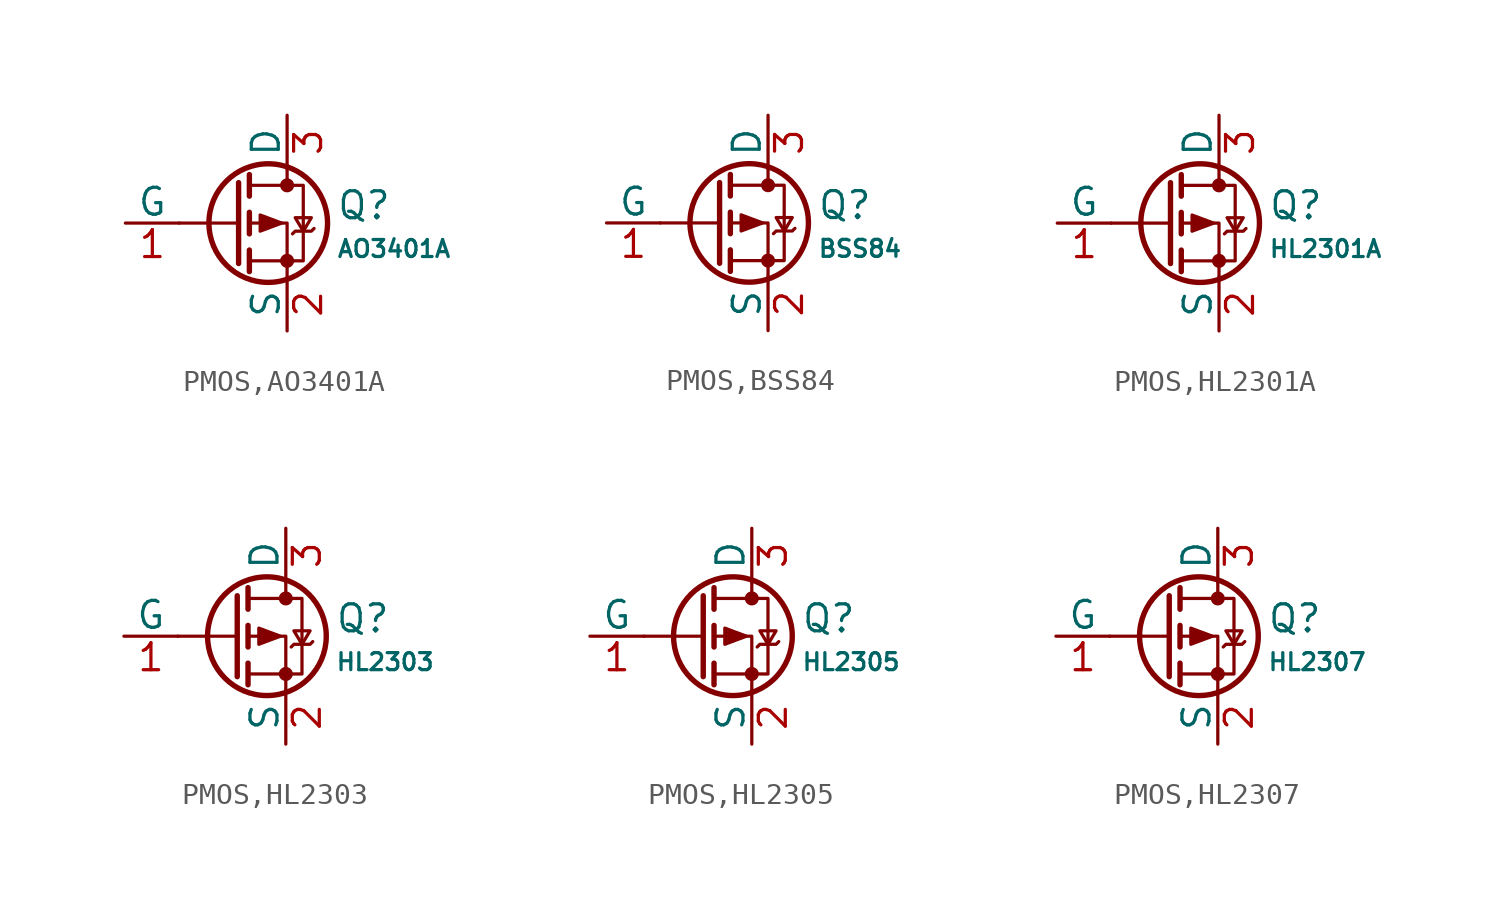
<source format=kicad_sym>
(kicad_symbol_lib
  (version 20231120)
  (generator "CDFER")
  (generator_version "8.0")
  (symbol "PMOS,AO3401A"
    (pin_names
      (offset 0))
    (property "Reference" "Q"
      (at 4.851 0.834 0)
      (effects (font (size 1.27 1.27)) (justify left)))
    (property "Value" "AO3401A"
      (at 4.851 -1.212 0)
      (effects (font (size 0.8 0.8)) (justify left)))
    (symbol "PMOS,AO3401A_0_1"
      (polyline (pts (xy 0.254 0) (xy -2.54 0)) (stroke (width 0) (type default)) (fill (type none)))
      (polyline (pts (xy 0.254 1.905) (xy 0.254 -1.905)) (stroke (width 0.254) (type default)) (fill (type none)))
      (polyline (pts (xy 0.762 -1.27) (xy 0.762 -2.286)) (stroke (width 0.254) (type default)) (fill (type none)))
      (polyline (pts (xy 0.762 0.508) (xy 0.762 -0.508)) (stroke (width 0.254) (type default)) (fill (type none)))
      (polyline (pts (xy 0.762 2.286) (xy 0.762 1.27)) (stroke (width 0.254) (type default)) (fill (type none)))
      (polyline (pts (xy 2.54 2.54) (xy 2.54 1.778)) (stroke (width 0) (type default)) (fill (type none)))
      (polyline (pts (xy 2.54 -2.54) (xy 2.54 0) (xy 0.762 0)) (stroke (width 0) (type default)) (fill (type none)))
      (polyline (pts (xy 0.762 1.778) (xy 3.302 1.778) (xy 3.302 -1.778) (xy 0.762 -1.778)) (stroke (width 0) (type default)) (fill (type none)))
      (polyline (pts (xy 2.286 0) (xy 1.27 0.381) (xy 1.27 -0.381) (xy 2.286 0)) (stroke (width 0) (type default)) (fill (type outline)))
      (polyline (pts (xy 2.794 -0.508) (xy 2.921 -0.381) (xy 3.683 -0.381) (xy 3.81 -0.254)) (stroke (width 0) (type default)) (fill (type none)))
      (polyline (pts (xy 3.302 -0.381) (xy 2.921 0.254) (xy 3.683 0.254) (xy 3.302 -0.381)) (stroke (width 0) (type default)) (fill (type none)))
      (circle (center 1.651 0) (radius 2.794) (stroke (width 0.254) (type default)) (fill (type none)))
      (circle (center 2.54 -1.778) (radius 0.254) (stroke (width 0) (type default)) (fill (type outline)))
      (circle (center 2.54 1.778) (radius 0.254) (stroke (width 0) (type default)) (fill (type outline))))
    (symbol "PMOS,AO3401A_1_1"
      (pin passive line (at 2.54 5.08 270) (length 2.54) (name "D" (effects (font (size 1.27 1.27)))) (number "3" (effects (font (size 1.27 1.27)))))
      (pin input line (at -5.08 0 0) (length 2.54) (name "G" (effects (font (size 1.27 1.27)))) (number "1" (effects (font (size 1.27 1.27)))))
      (pin passive line (at 2.54 -5.08 90) (length 2.54) (name "S" (effects (font (size 1.27 1.27)))) (number "2" (effects (font (size 1.27 1.27)))))))
  (symbol "PMOS,BSS84"
    (pin_names
      (offset 0))
    (property "Reference" "Q"
      (at 4.851 0.834 0)
      (effects (font (size 1.27 1.27)) (justify left)))
    (property "Value" "BSS84"
      (at 4.851 -1.212 0)
      (effects (font (size 0.8 0.8)) (justify left)))
    (symbol "PMOS,BSS84_0_1"
      (polyline (pts (xy 0.254 0) (xy -2.54 0)) (stroke (width 0) (type default)) (fill (type none)))
      (polyline (pts (xy 0.254 1.905) (xy 0.254 -1.905)) (stroke (width 0.254) (type default)) (fill (type none)))
      (polyline (pts (xy 0.762 -1.27) (xy 0.762 -2.286)) (stroke (width 0.254) (type default)) (fill (type none)))
      (polyline (pts (xy 0.762 0.508) (xy 0.762 -0.508)) (stroke (width 0.254) (type default)) (fill (type none)))
      (polyline (pts (xy 0.762 2.286) (xy 0.762 1.27)) (stroke (width 0.254) (type default)) (fill (type none)))
      (polyline (pts (xy 2.54 2.54) (xy 2.54 1.778)) (stroke (width 0) (type default)) (fill (type none)))
      (polyline (pts (xy 2.54 -2.54) (xy 2.54 0) (xy 0.762 0)) (stroke (width 0) (type default)) (fill (type none)))
      (polyline (pts (xy 0.762 1.778) (xy 3.302 1.778) (xy 3.302 -1.778) (xy 0.762 -1.778)) (stroke (width 0) (type default)) (fill (type none)))
      (polyline (pts (xy 2.286 0) (xy 1.27 0.381) (xy 1.27 -0.381) (xy 2.286 0)) (stroke (width 0) (type default)) (fill (type outline)))
      (polyline (pts (xy 2.794 -0.508) (xy 2.921 -0.381) (xy 3.683 -0.381) (xy 3.81 -0.254)) (stroke (width 0) (type default)) (fill (type none)))
      (polyline (pts (xy 3.302 -0.381) (xy 2.921 0.254) (xy 3.683 0.254) (xy 3.302 -0.381)) (stroke (width 0) (type default)) (fill (type none)))
      (circle (center 1.651 0) (radius 2.794) (stroke (width 0.254) (type default)) (fill (type none)))
      (circle (center 2.54 -1.778) (radius 0.254) (stroke (width 0) (type default)) (fill (type outline)))
      (circle (center 2.54 1.778) (radius 0.254) (stroke (width 0) (type default)) (fill (type outline))))
    (symbol "PMOS,BSS84_1_1"
      (pin passive line (at 2.54 5.08 270) (length 2.54) (name "D" (effects (font (size 1.27 1.27)))) (number "3" (effects (font (size 1.27 1.27)))))
      (pin input line (at -5.08 0 0) (length 2.54) (name "G" (effects (font (size 1.27 1.27)))) (number "1" (effects (font (size 1.27 1.27)))))
      (pin passive line (at 2.54 -5.08 90) (length 2.54) (name "S" (effects (font (size 1.27 1.27)))) (number "2" (effects (font (size 1.27 1.27)))))))
  (symbol "PMOS,HL2301A"
    (pin_names
      (offset 0))
    (property "Reference" "Q"
      (at 4.851 0.834 0)
      (effects (font (size 1.27 1.27)) (justify left)))
    (property "Value" "HL2301A"
      (at 4.851 -1.212 0)
      (effects (font (size 0.8 0.8)) (justify left)))
    (symbol "PMOS,HL2301A_0_1"
      (polyline (pts (xy 0.254 0) (xy -2.54 0)) (stroke (width 0) (type default)) (fill (type none)))
      (polyline (pts (xy 0.254 1.905) (xy 0.254 -1.905)) (stroke (width 0.254) (type default)) (fill (type none)))
      (polyline (pts (xy 0.762 -1.27) (xy 0.762 -2.286)) (stroke (width 0.254) (type default)) (fill (type none)))
      (polyline (pts (xy 0.762 0.508) (xy 0.762 -0.508)) (stroke (width 0.254) (type default)) (fill (type none)))
      (polyline (pts (xy 0.762 2.286) (xy 0.762 1.27)) (stroke (width 0.254) (type default)) (fill (type none)))
      (polyline (pts (xy 2.54 2.54) (xy 2.54 1.778)) (stroke (width 0) (type default)) (fill (type none)))
      (polyline (pts (xy 2.54 -2.54) (xy 2.54 0) (xy 0.762 0)) (stroke (width 0) (type default)) (fill (type none)))
      (polyline (pts (xy 0.762 1.778) (xy 3.302 1.778) (xy 3.302 -1.778) (xy 0.762 -1.778)) (stroke (width 0) (type default)) (fill (type none)))
      (polyline (pts (xy 2.286 0) (xy 1.27 0.381) (xy 1.27 -0.381) (xy 2.286 0)) (stroke (width 0) (type default)) (fill (type outline)))
      (polyline (pts (xy 2.794 -0.508) (xy 2.921 -0.381) (xy 3.683 -0.381) (xy 3.81 -0.254)) (stroke (width 0) (type default)) (fill (type none)))
      (polyline (pts (xy 3.302 -0.381) (xy 2.921 0.254) (xy 3.683 0.254) (xy 3.302 -0.381)) (stroke (width 0) (type default)) (fill (type none)))
      (circle (center 1.651 0) (radius 2.794) (stroke (width 0.254) (type default)) (fill (type none)))
      (circle (center 2.54 -1.778) (radius 0.254) (stroke (width 0) (type default)) (fill (type outline)))
      (circle (center 2.54 1.778) (radius 0.254) (stroke (width 0) (type default)) (fill (type outline))))
    (symbol "PMOS,HL2301A_1_1"
      (pin passive line (at 2.54 5.08 270) (length 2.54) (name "D" (effects (font (size 1.27 1.27)))) (number "3" (effects (font (size 1.27 1.27)))))
      (pin input line (at -5.08 0 0) (length 2.54) (name "G" (effects (font (size 1.27 1.27)))) (number "1" (effects (font (size 1.27 1.27)))))
      (pin passive line (at 2.54 -5.08 90) (length 2.54) (name "S" (effects (font (size 1.27 1.27)))) (number "2" (effects (font (size 1.27 1.27)))))))
  (symbol "PMOS,HL2303"
    (pin_names
      (offset 0))
    (property "Reference" "Q"
      (at 4.851 0.834 0)
      (effects (font (size 1.27 1.27)) (justify left)))
    (property "Value" "HL2303"
      (at 4.851 -1.212 0)
      (effects (font (size 0.8 0.8)) (justify left)))
    (symbol "PMOS,HL2303_0_1"
      (polyline (pts (xy 0.254 0) (xy -2.54 0)) (stroke (width 0) (type default)) (fill (type none)))
      (polyline (pts (xy 0.254 1.905) (xy 0.254 -1.905)) (stroke (width 0.254) (type default)) (fill (type none)))
      (polyline (pts (xy 0.762 -1.27) (xy 0.762 -2.286)) (stroke (width 0.254) (type default)) (fill (type none)))
      (polyline (pts (xy 0.762 0.508) (xy 0.762 -0.508)) (stroke (width 0.254) (type default)) (fill (type none)))
      (polyline (pts (xy 0.762 2.286) (xy 0.762 1.27)) (stroke (width 0.254) (type default)) (fill (type none)))
      (polyline (pts (xy 2.54 2.54) (xy 2.54 1.778)) (stroke (width 0) (type default)) (fill (type none)))
      (polyline (pts (xy 2.54 -2.54) (xy 2.54 0) (xy 0.762 0)) (stroke (width 0) (type default)) (fill (type none)))
      (polyline (pts (xy 0.762 1.778) (xy 3.302 1.778) (xy 3.302 -1.778) (xy 0.762 -1.778)) (stroke (width 0) (type default)) (fill (type none)))
      (polyline (pts (xy 2.286 0) (xy 1.27 0.381) (xy 1.27 -0.381) (xy 2.286 0)) (stroke (width 0) (type default)) (fill (type outline)))
      (polyline (pts (xy 2.794 -0.508) (xy 2.921 -0.381) (xy 3.683 -0.381) (xy 3.81 -0.254)) (stroke (width 0) (type default)) (fill (type none)))
      (polyline (pts (xy 3.302 -0.381) (xy 2.921 0.254) (xy 3.683 0.254) (xy 3.302 -0.381)) (stroke (width 0) (type default)) (fill (type none)))
      (circle (center 1.651 0) (radius 2.794) (stroke (width 0.254) (type default)) (fill (type none)))
      (circle (center 2.54 -1.778) (radius 0.254) (stroke (width 0) (type default)) (fill (type outline)))
      (circle (center 2.54 1.778) (radius 0.254) (stroke (width 0) (type default)) (fill (type outline))))
    (symbol "PMOS,HL2303_1_1"
      (pin passive line (at 2.54 5.08 270) (length 2.54) (name "D" (effects (font (size 1.27 1.27)))) (number "3" (effects (font (size 1.27 1.27)))))
      (pin input line (at -5.08 0 0) (length 2.54) (name "G" (effects (font (size 1.27 1.27)))) (number "1" (effects (font (size 1.27 1.27)))))
      (pin passive line (at 2.54 -5.08 90) (length 2.54) (name "S" (effects (font (size 1.27 1.27)))) (number "2" (effects (font (size 1.27 1.27)))))))
  (symbol "PMOS,HL2305"
    (pin_names
      (offset 0))
    (property "Reference" "Q"
      (at 4.851 0.834 0)
      (effects (font (size 1.27 1.27)) (justify left)))
    (property "Value" "HL2305"
      (at 4.851 -1.212 0)
      (effects (font (size 0.8 0.8)) (justify left)))
    (symbol "PMOS,HL2305_0_1"
      (polyline (pts (xy 0.254 0) (xy -2.54 0)) (stroke (width 0) (type default)) (fill (type none)))
      (polyline (pts (xy 0.254 1.905) (xy 0.254 -1.905)) (stroke (width 0.254) (type default)) (fill (type none)))
      (polyline (pts (xy 0.762 -1.27) (xy 0.762 -2.286)) (stroke (width 0.254) (type default)) (fill (type none)))
      (polyline (pts (xy 0.762 0.508) (xy 0.762 -0.508)) (stroke (width 0.254) (type default)) (fill (type none)))
      (polyline (pts (xy 0.762 2.286) (xy 0.762 1.27)) (stroke (width 0.254) (type default)) (fill (type none)))
      (polyline (pts (xy 2.54 2.54) (xy 2.54 1.778)) (stroke (width 0) (type default)) (fill (type none)))
      (polyline (pts (xy 2.54 -2.54) (xy 2.54 0) (xy 0.762 0)) (stroke (width 0) (type default)) (fill (type none)))
      (polyline (pts (xy 0.762 1.778) (xy 3.302 1.778) (xy 3.302 -1.778) (xy 0.762 -1.778)) (stroke (width 0) (type default)) (fill (type none)))
      (polyline (pts (xy 2.286 0) (xy 1.27 0.381) (xy 1.27 -0.381) (xy 2.286 0)) (stroke (width 0) (type default)) (fill (type outline)))
      (polyline (pts (xy 2.794 -0.508) (xy 2.921 -0.381) (xy 3.683 -0.381) (xy 3.81 -0.254)) (stroke (width 0) (type default)) (fill (type none)))
      (polyline (pts (xy 3.302 -0.381) (xy 2.921 0.254) (xy 3.683 0.254) (xy 3.302 -0.381)) (stroke (width 0) (type default)) (fill (type none)))
      (circle (center 1.651 0) (radius 2.794) (stroke (width 0.254) (type default)) (fill (type none)))
      (circle (center 2.54 -1.778) (radius 0.254) (stroke (width 0) (type default)) (fill (type outline)))
      (circle (center 2.54 1.778) (radius 0.254) (stroke (width 0) (type default)) (fill (type outline))))
    (symbol "PMOS,HL2305_1_1"
      (pin passive line (at 2.54 5.08 270) (length 2.54) (name "D" (effects (font (size 1.27 1.27)))) (number "3" (effects (font (size 1.27 1.27)))))
      (pin input line (at -5.08 0 0) (length 2.54) (name "G" (effects (font (size 1.27 1.27)))) (number "1" (effects (font (size 1.27 1.27)))))
      (pin passive line (at 2.54 -5.08 90) (length 2.54) (name "S" (effects (font (size 1.27 1.27)))) (number "2" (effects (font (size 1.27 1.27)))))))
  (symbol "PMOS,HL2307"
    (pin_names
      (offset 0))
    (property "Reference" "Q"
      (at 4.851 0.834 0)
      (effects (font (size 1.27 1.27)) (justify left)))
    (property "Value" "HL2307"
      (at 4.851 -1.212 0)
      (effects (font (size 0.8 0.8)) (justify left)))
    (symbol "PMOS,HL2307_0_1"
      (polyline (pts (xy 0.254 0) (xy -2.54 0)) (stroke (width 0) (type default)) (fill (type none)))
      (polyline (pts (xy 0.254 1.905) (xy 0.254 -1.905)) (stroke (width 0.254) (type default)) (fill (type none)))
      (polyline (pts (xy 0.762 -1.27) (xy 0.762 -2.286)) (stroke (width 0.254) (type default)) (fill (type none)))
      (polyline (pts (xy 0.762 0.508) (xy 0.762 -0.508)) (stroke (width 0.254) (type default)) (fill (type none)))
      (polyline (pts (xy 0.762 2.286) (xy 0.762 1.27)) (stroke (width 0.254) (type default)) (fill (type none)))
      (polyline (pts (xy 2.54 2.54) (xy 2.54 1.778)) (stroke (width 0) (type default)) (fill (type none)))
      (polyline (pts (xy 2.54 -2.54) (xy 2.54 0) (xy 0.762 0)) (stroke (width 0) (type default)) (fill (type none)))
      (polyline (pts (xy 0.762 1.778) (xy 3.302 1.778) (xy 3.302 -1.778) (xy 0.762 -1.778)) (stroke (width 0) (type default)) (fill (type none)))
      (polyline (pts (xy 2.286 0) (xy 1.27 0.381) (xy 1.27 -0.381) (xy 2.286 0)) (stroke (width 0) (type default)) (fill (type outline)))
      (polyline (pts (xy 2.794 -0.508) (xy 2.921 -0.381) (xy 3.683 -0.381) (xy 3.81 -0.254)) (stroke (width 0) (type default)) (fill (type none)))
      (polyline (pts (xy 3.302 -0.381) (xy 2.921 0.254) (xy 3.683 0.254) (xy 3.302 -0.381)) (stroke (width 0) (type default)) (fill (type none)))
      (circle (center 1.651 0) (radius 2.794) (stroke (width 0.254) (type default)) (fill (type none)))
      (circle (center 2.54 -1.778) (radius 0.254) (stroke (width 0) (type default)) (fill (type outline)))
      (circle (center 2.54 1.778) (radius 0.254) (stroke (width 0) (type default)) (fill (type outline))))
    (symbol "PMOS,HL2307_1_1"
      (pin passive line (at 2.54 5.08 270) (length 2.54) (name "D" (effects (font (size 1.27 1.27)))) (number "3" (effects (font (size 1.27 1.27)))))
      (pin input line (at -5.08 0 0) (length 2.54) (name "G" (effects (font (size 1.27 1.27)))) (number "1" (effects (font (size 1.27 1.27)))))
      (pin passive line (at 2.54 -5.08 90) (length 2.54) (name "S" (effects (font (size 1.27 1.27)))) (number "2" (effects (font (size 1.27 1.27))))))))
</source>
